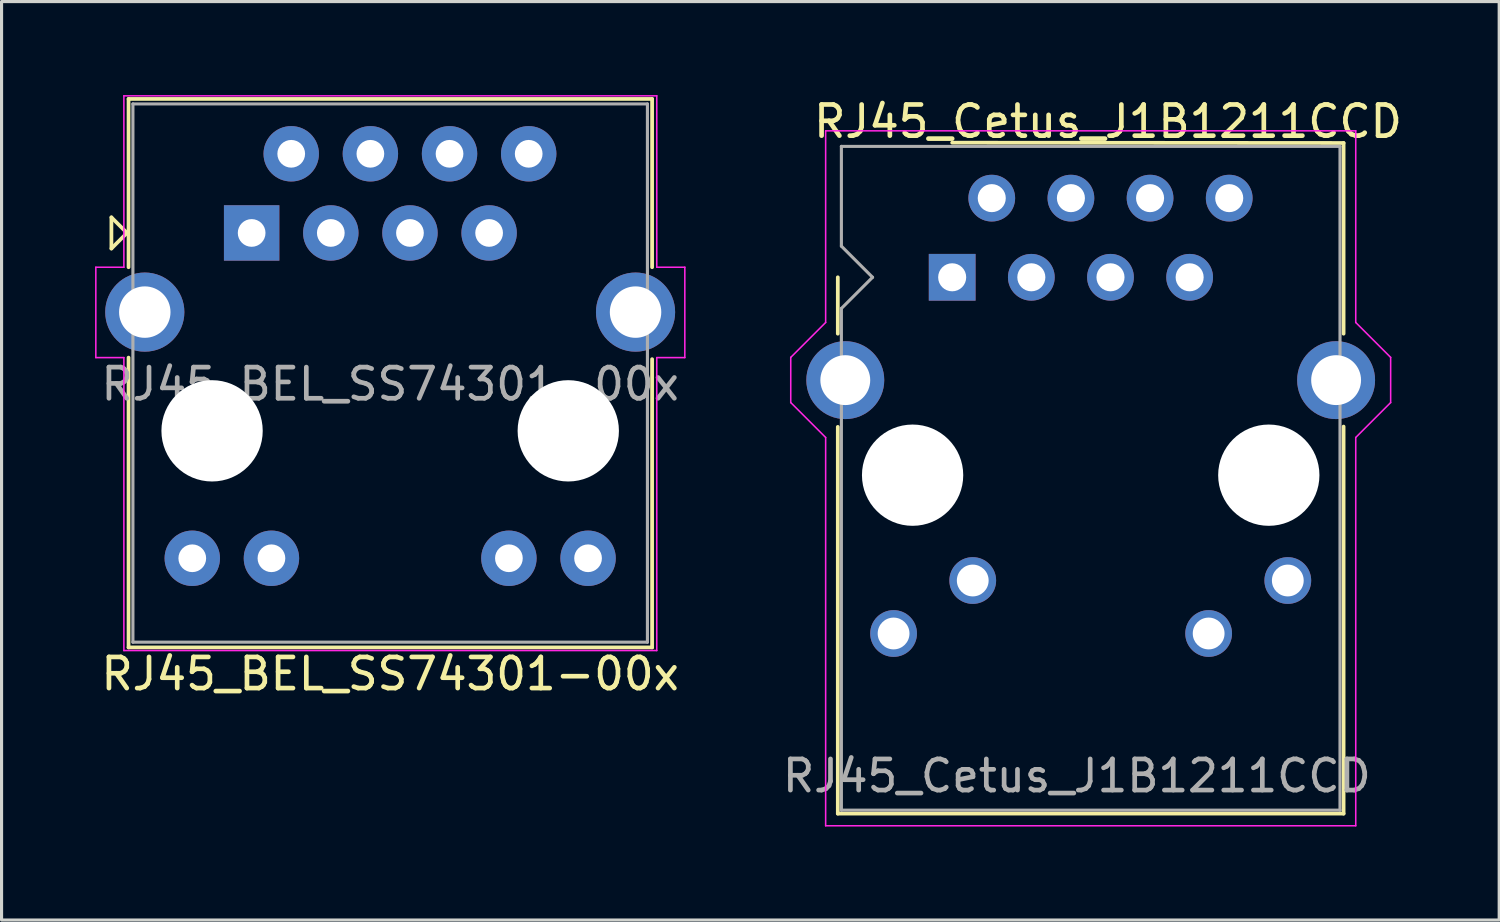
<source format=kicad_pcb>
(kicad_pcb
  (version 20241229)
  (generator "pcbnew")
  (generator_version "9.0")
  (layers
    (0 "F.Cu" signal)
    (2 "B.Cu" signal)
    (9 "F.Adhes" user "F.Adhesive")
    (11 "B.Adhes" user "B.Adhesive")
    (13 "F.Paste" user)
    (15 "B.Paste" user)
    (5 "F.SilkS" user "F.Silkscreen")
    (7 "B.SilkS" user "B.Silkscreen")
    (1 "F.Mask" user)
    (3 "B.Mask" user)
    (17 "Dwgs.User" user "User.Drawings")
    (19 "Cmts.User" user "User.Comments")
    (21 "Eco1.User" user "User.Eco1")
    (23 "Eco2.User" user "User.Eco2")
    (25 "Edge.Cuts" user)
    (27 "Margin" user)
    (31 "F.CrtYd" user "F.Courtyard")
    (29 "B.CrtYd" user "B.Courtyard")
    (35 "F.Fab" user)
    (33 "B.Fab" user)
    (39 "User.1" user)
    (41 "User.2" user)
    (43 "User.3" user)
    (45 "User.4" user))
  (footprint "RJ45_Cetus_J1B1211CCD"
    (layer "F.Cu")
    (at 27.504 5.848)
    (property "Reference" "RJ45_Cetus_J1B1211CCD" (at 5 -5 0) (layer "F.SilkS") (effects (font (size 1 1) (thickness 0.15))))
    (attr through_hole)
    (fp_line (start -3.67 0) (end -3.67 1.81) (stroke (width 0.12) (type solid)) (layer "F.SilkS"))
    (fp_line (start -3.67 4.8) (end -3.67 17.21) (stroke (width 0.12) (type solid)) (layer "F.SilkS"))
    (fp_line (start 0 -4.32) (end 12.56 -4.31) (stroke (width 0.12) (type solid)) (layer "F.SilkS"))
    (fp_line (start 12.56 -4.31) (end 12.56 1.81) (stroke (width 0.12) (type solid)) (layer "F.SilkS"))
    (fp_line (start 12.56 4.79) (end 12.56 17.21) (stroke (width 0.12) (type solid)) (layer "F.SilkS"))
    (fp_line (start 12.56 17.21) (end -3.67 17.21) (stroke (width 0.12) (type solid)) (layer "F.SilkS"))
    (fp_line (start -5.18 4.02) (end -5.18 2.57) (stroke (width 0.05) (type solid)) (layer "F.CrtYd"))
    (fp_line (start -5.18 4.02) (end -4.06 5.14) (stroke (width 0.05) (type solid)) (layer "F.CrtYd"))
    (fp_line (start -4.06 -4.7) (end 12.95 -4.7) (stroke (width 0.05) (type solid)) (layer "F.CrtYd"))
    (fp_line (start -4.06 1.45) (end -5.18 2.57) (stroke (width 0.05) (type solid)) (layer "F.CrtYd"))
    (fp_line (start -4.06 1.45) (end -4.06 -4.7) (stroke (width 0.05) (type solid)) (layer "F.CrtYd"))
    (fp_line (start -4.06 5.14) (end -4.06 17.6) (stroke (width 0.05) (type solid)) (layer "F.CrtYd"))
    (fp_line (start -4.06 17.6) (end 12.95 17.6) (stroke (width 0.05) (type solid)) (layer "F.CrtYd"))
    (fp_line (start 12.95 1.45) (end 14.07 2.57) (stroke (width 0.05) (type solid)) (layer "F.CrtYd"))
    (fp_line (start 12.95 1.45) (end 12.95 -4.7) (stroke (width 0.05) (type solid)) (layer "F.CrtYd"))
    (fp_line (start 12.95 5.14) (end 12.95 17.6) (stroke (width 0.05) (type solid)) (layer "F.CrtYd"))
    (fp_line (start 14.07 4.02) (end 14.07 2.57) (stroke (width 0.05) (type solid)) (layer "F.CrtYd"))
    (fp_line (start 14.07 4.02) (end 12.95 5.14) (stroke (width 0.05) (type solid)) (layer "F.CrtYd"))
    (fp_line (start -3.555 -4.2) (end -3.555 -1) (stroke (width 0.1) (type solid)) (layer "F.Fab"))
    (fp_line (start -3.555 -4.2) (end 12.445 -4.2) (stroke (width 0.1) (type solid)) (layer "F.Fab"))
    (fp_line (start -3.555 1) (end -3.555 17.1) (stroke (width 0.1) (type solid)) (layer "F.Fab"))
    (fp_line (start -3.555 17.1) (end 12.445 17.1) (stroke (width 0.1) (type solid)) (layer "F.Fab"))
    (fp_line (start -2.555 0) (end -3.555 -1) (stroke (width 0.1) (type solid)) (layer "F.Fab"))
    (fp_line (start -2.555 0) (end -3.555 1) (stroke (width 0.1) (type solid)) (layer "F.Fab"))
    (fp_line (start 12.445 -4.2) (end 12.445 17.1) (stroke (width 0.1) (type solid)) (layer "F.Fab"))
    (fp_text user "${REFERENCE}" (at 4 16 0) (layer "F.Fab") (effects (font (size 1 1) (thickness 0.15))))
    (pad "" np_thru_hole circle (at -1.27 6.35) (size 3.25 3.25) (drill 3.25) (layers "*.Cu" "*.Mask"))
    (pad "" np_thru_hole circle (at 10.16 6.35) (size 3.25 3.25) (drill 3.25) (layers "*.Cu" "*.Mask"))
    (pad "1" thru_hole rect (at 0 0) (size 1.5 1.5) (drill 0.9) (layers "*.Cu" "*.Mask"))
    (pad "2" thru_hole circle (at 1.27 -2.54) (size 1.5 1.5) (drill 0.9) (layers "*.Cu" "*.Mask"))
    (pad "3" thru_hole circle (at 2.54 0) (size 1.5 1.5) (drill 0.9) (layers "*.Cu" "*.Mask"))
    (pad "4" thru_hole circle (at 3.81 -2.54) (size 1.5 1.5) (drill 0.9) (layers "*.Cu" "*.Mask"))
    (pad "5" thru_hole circle (at 5.08 0) (size 1.5 1.5) (drill 0.9) (layers "*.Cu" "*.Mask"))
    (pad "6" thru_hole circle (at 6.35 -2.54) (size 1.5 1.5) (drill 0.9) (layers "*.Cu" "*.Mask"))
    (pad "7" thru_hole circle (at 7.62 0) (size 1.5 1.5) (drill 0.9) (layers "*.Cu" "*.Mask"))
    (pad "8" thru_hole circle (at 8.89 -2.54) (size 1.5 1.5) (drill 0.9) (layers "*.Cu" "*.Mask"))
    (pad "9" thru_hole circle (at -1.88 11.43) (size 1.5 1.5) (drill 1.02) (layers "*.Cu" "*.Mask"))
    (pad "10" thru_hole circle (at 0.66 9.73) (size 1.5 1.5) (drill 1.02) (layers "*.Cu" "*.Mask"))
    (pad "11" thru_hole circle (at 8.23 11.43) (size 1.5 1.5) (drill 1.02) (layers "*.Cu" "*.Mask"))
    (pad "12" thru_hole circle (at 10.77 9.73) (size 1.5 1.5) (drill 1.02) (layers "*.Cu" "*.Mask"))
    (pad "13" thru_hole circle (at -3.43 3.3) (size 2.5 2.5) (drill 1.6) (layers "*.Cu" "*.Mask"))
    (pad "13" thru_hole circle (at 12.32 3.3) (size 2.5 2.5) (drill 1.6) (layers "*.Cu" "*.Mask")))
  (footprint "RJ45_BEL_SS74301-00x"
    (layer "F.Cu")
    (at 5.025 4.425)
    (property "Reference" "RJ45_BEL_SS74301-00x" (at 4.445 14.15 0) (layer "F.SilkS") (effects (font (size 1 1) (thickness 0.15))))
    (attr through_hole)
    (fp_line (start -4.5 -0.5) (end -4.5 0.5) (stroke (width 0.12) (type solid)) (layer "F.SilkS"))
    (fp_line (start -4.5 0.5) (end -4 0) (stroke (width 0.12) (type solid)) (layer "F.SilkS"))
    (fp_line (start -4 0) (end -4.5 -0.5) (stroke (width 0.12) (type solid)) (layer "F.SilkS"))
    (fp_line (start -3.95 -4.3) (end -3.95 1.1) (stroke (width 0.12) (type solid)) (layer "F.SilkS"))
    (fp_line (start -3.95 -4.3) (end 12.85 -4.3) (stroke (width 0.12) (type solid)) (layer "F.SilkS"))
    (fp_line (start -3.95 13.3) (end -3.95 4) (stroke (width 0.12) (type solid)) (layer "F.SilkS"))
    (fp_line (start -3.95 13.3) (end 12.85 13.3) (stroke (width 0.12) (type solid)) (layer "F.SilkS"))
    (fp_line (start 12.85 -4.3) (end 12.85 1.1) (stroke (width 0.12) (type solid)) (layer "F.SilkS"))
    (fp_line (start 12.85 13.3) (end 12.85 4.05) (stroke (width 0.12) (type solid)) (layer "F.SilkS"))
    (fp_line (start -5 1.1) (end -4.1 1.1) (stroke (width 0.05) (type solid)) (layer "F.CrtYd"))
    (fp_line (start -5 4) (end -5 1.1) (stroke (width 0.05) (type solid)) (layer "F.CrtYd"))
    (fp_line (start -4.1 -4.4) (end 13 -4.4) (stroke (width 0.05) (type solid)) (layer "F.CrtYd"))
    (fp_line (start -4.1 1.1) (end -4.1 -4.4) (stroke (width 0.05) (type solid)) (layer "F.CrtYd"))
    (fp_line (start -4.1 4) (end -5 4) (stroke (width 0.05) (type solid)) (layer "F.CrtYd"))
    (fp_line (start -4.1 13.4) (end -4.1 4) (stroke (width 0.05) (type solid)) (layer "F.CrtYd"))
    (fp_line (start 13 1.1) (end 13 -4.4) (stroke (width 0.05) (type solid)) (layer "F.CrtYd"))
    (fp_line (start 13 1.1) (end 13.9 1.1) (stroke (width 0.05) (type solid)) (layer "F.CrtYd"))
    (fp_line (start 13 4) (end 13 13.4) (stroke (width 0.05) (type solid)) (layer "F.CrtYd"))
    (fp_line (start 13 4) (end 13.9 4) (stroke (width 0.05) (type solid)) (layer "F.CrtYd"))
    (fp_line (start 13 13.4) (end -4.1 13.4) (stroke (width 0.05) (type solid)) (layer "F.CrtYd"))
    (fp_line (start 13.9 4) (end 13.9 1.1) (stroke (width 0.05) (type solid)) (layer "F.CrtYd"))
    (fp_line (start -3.81 -4.14) (end -3.81 13.132) (stroke (width 0.1) (type solid)) (layer "F.Fab"))
    (fp_line (start -3.81 -4.14) (end 12.7 -4.14) (stroke (width 0.1) (type solid)) (layer "F.Fab"))
    (fp_line (start -3.81 13.132) (end 12.7 13.132) (stroke (width 0.1) (type solid)) (layer "F.Fab"))
    (fp_line (start 12.7 -4.14) (end 12.7 13.132) (stroke (width 0.1) (type solid)) (layer "F.Fab"))
    (fp_text user "${REFERENCE}" (at 4.445 4.85 0) (layer "F.Fab") (effects (font (size 1 1) (thickness 0.15))))
    (pad "" np_thru_hole circle (at -1.27 6.35) (size 3.251 3.251) (drill 3.251) (layers "*.Cu" "*.Mask"))
    (pad "" np_thru_hole circle (at 10.16 6.35) (size 3.251 3.251) (drill 3.251) (layers "*.Cu" "*.Mask"))
    (pad "1" thru_hole rect (at 0 0) (size 1.778 1.778) (drill 0.889) (layers "*.Cu" "*.Mask"))
    (pad "2" thru_hole circle (at 1.27 -2.54) (size 1.778 1.778) (drill 0.889) (layers "*.Cu" "*.Mask"))
    (pad "3" thru_hole circle (at 2.54 0) (size 1.778 1.778) (drill 0.889) (layers "*.Cu" "*.Mask"))
    (pad "4" thru_hole circle (at 3.81 -2.54) (size 1.778 1.778) (drill 0.889) (layers "*.Cu" "*.Mask"))
    (pad "5" thru_hole circle (at 5.08 0) (size 1.778 1.778) (drill 0.889) (layers "*.Cu" "*.Mask"))
    (pad "6" thru_hole circle (at 6.35 -2.54) (size 1.778 1.778) (drill 0.889) (layers "*.Cu" "*.Mask"))
    (pad "7" thru_hole circle (at 7.62 0) (size 1.778 1.778) (drill 0.889) (layers "*.Cu" "*.Mask"))
    (pad "8" thru_hole circle (at 8.89 -2.54) (size 1.778 1.778) (drill 0.889) (layers "*.Cu" "*.Mask"))
    (pad "9" thru_hole circle (at 0.635 10.439) (size 1.778 1.778) (drill 0.889) (layers "*.Cu" "*.Mask"))
    (pad "10" thru_hole circle (at -1.905 10.439) (size 1.778 1.778) (drill 0.889) (layers "*.Cu" "*.Mask"))
    (pad "11" thru_hole circle (at 10.795 10.439) (size 1.778 1.778) (drill 0.889) (layers "*.Cu" "*.Mask"))
    (pad "12" thru_hole circle (at 8.255 10.439) (size 1.778 1.778) (drill 0.889) (layers "*.Cu" "*.Mask"))
    (pad "SH" thru_hole circle (at -3.429 2.54) (size 2.54 2.54) (drill 1.651) (layers "*.Cu" "*.Mask"))
    (pad "SH" thru_hole circle (at 12.319 2.54) (size 2.54 2.54) (drill 1.651) (layers "*.Cu" "*.Mask")))
  (gr_rect
    (start -3 -3)
    (end 45.057 26.473)
    (stroke (width 0.1) (type default))
    (fill no)
    (layer "Edge.Cuts")))
</source>
